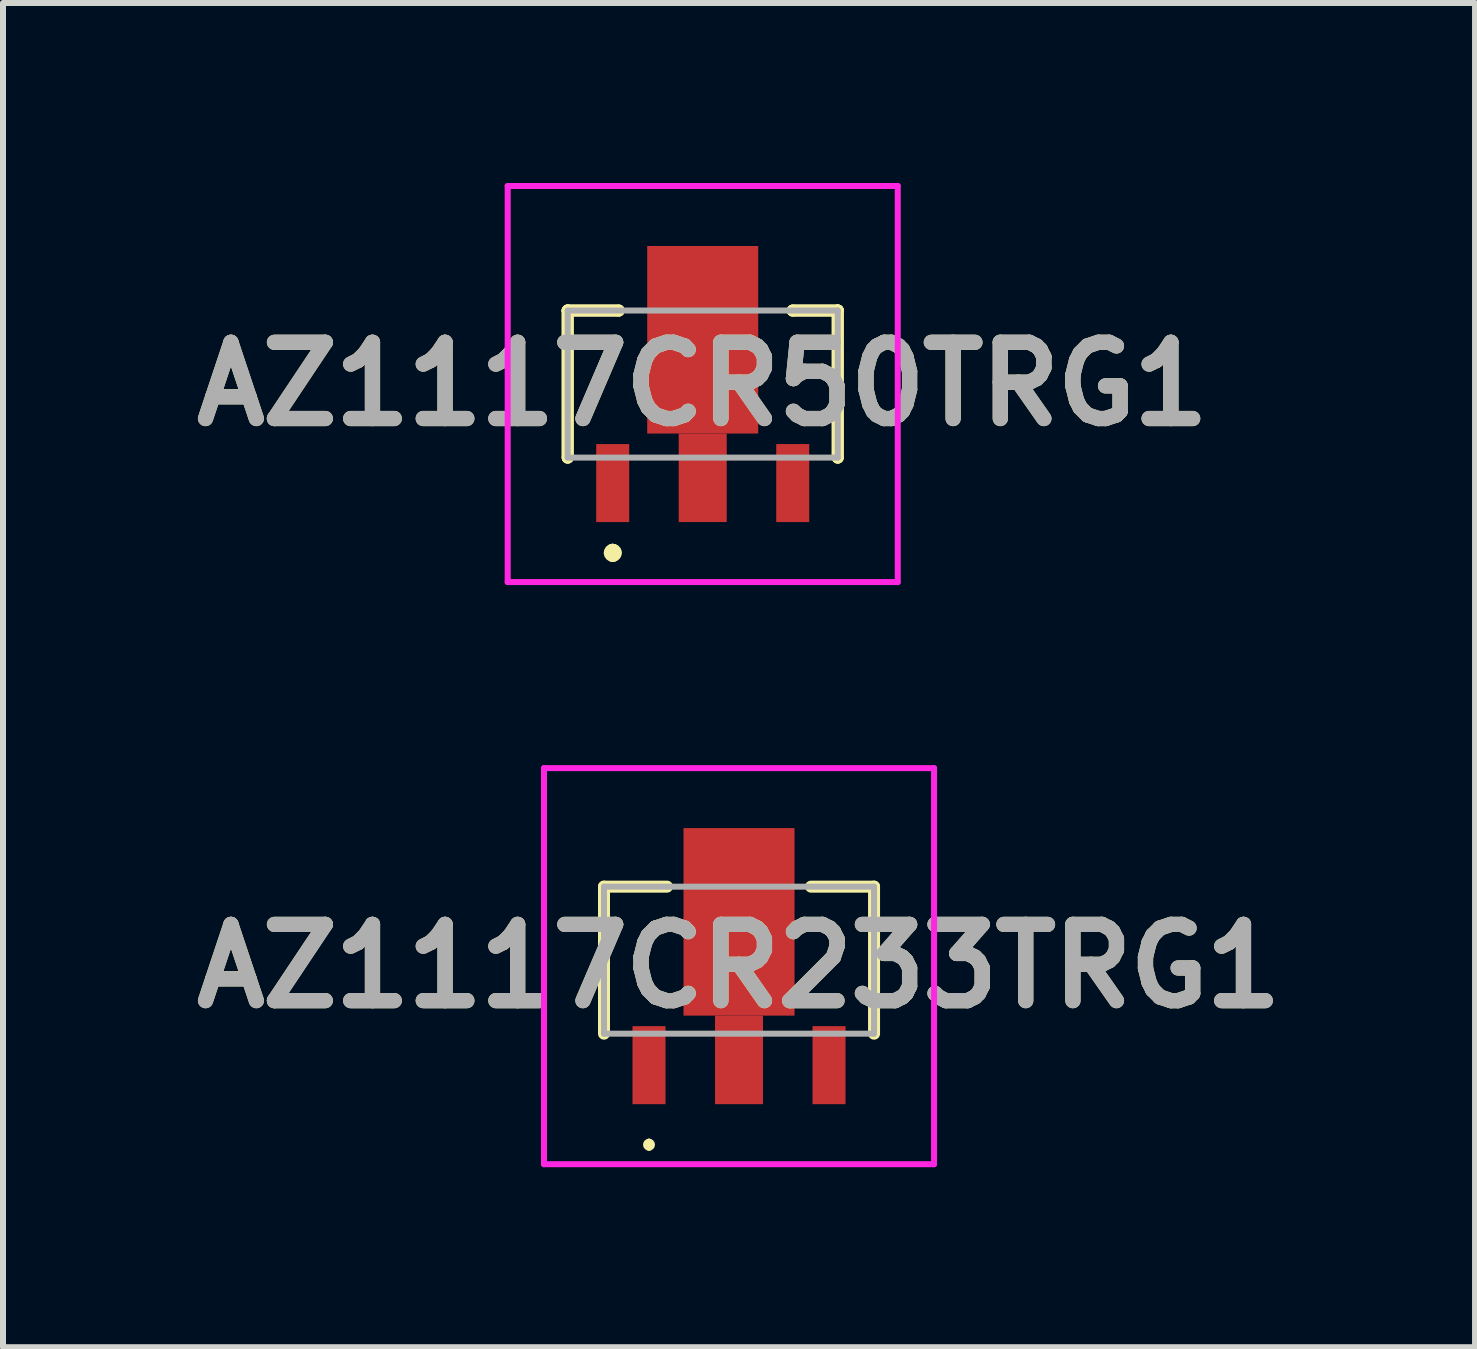
<source format=kicad_pcb>
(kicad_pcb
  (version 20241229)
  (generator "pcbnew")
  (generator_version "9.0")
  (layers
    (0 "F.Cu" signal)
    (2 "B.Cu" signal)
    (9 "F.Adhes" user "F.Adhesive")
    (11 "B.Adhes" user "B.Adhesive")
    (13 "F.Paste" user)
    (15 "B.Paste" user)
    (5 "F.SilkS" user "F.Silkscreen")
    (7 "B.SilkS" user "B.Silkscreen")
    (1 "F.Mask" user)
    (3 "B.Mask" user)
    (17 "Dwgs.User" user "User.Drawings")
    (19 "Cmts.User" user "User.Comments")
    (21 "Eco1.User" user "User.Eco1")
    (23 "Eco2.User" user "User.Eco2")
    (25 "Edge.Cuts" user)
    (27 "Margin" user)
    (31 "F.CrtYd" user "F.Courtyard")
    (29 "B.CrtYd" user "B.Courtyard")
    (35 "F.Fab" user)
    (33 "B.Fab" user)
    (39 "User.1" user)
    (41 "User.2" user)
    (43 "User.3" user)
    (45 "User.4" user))
  (footprint "AZ1117CR233TRG1"
    (layer "F.Cu")
    (at 9.265 12.95)
    (property "Reference" "AZ1117CR233TRG1" (at 0 0.1 0) (layer "F.SilkS") (effects (font (size 1.27 1.27) (thickness 0.254))))
    (attr smd)
    (fp_line (start -2.25 -1.225) (end -2.25 1.225) (stroke (width 0.2) (type solid)) (layer "F.SilkS"))
    (fp_line (start -1.5 3.025) (end -1.5 3.025) (stroke (width 0.1) (type solid)) (layer "F.SilkS"))
    (fp_line (start -1.5 3.125) (end -1.5 3.125) (stroke (width 0.1) (type solid)) (layer "F.SilkS"))
    (fp_line (start -1.2 -1.225) (end -2.25 -1.225) (stroke (width 0.2) (type solid)) (layer "F.SilkS"))
    (fp_line (start 1.2 -1.225) (end 2.25 -1.225) (stroke (width 0.2) (type solid)) (layer "F.SilkS"))
    (fp_line (start 2.25 -1.225) (end 2.25 1.225) (stroke (width 0.2) (type solid)) (layer "F.SilkS"))
    (fp_arc (start -1.5 3.025) (mid -1.45 3.075) (end -1.5 3.125) (stroke (width 0.1) (type solid)) (layer "F.SilkS"))
    (fp_arc (start -1.5 3.125) (mid -1.55 3.075) (end -1.5 3.025) (stroke (width 0.1) (type solid)) (layer "F.SilkS"))
    (fp_line (start -3.25 -3.2) (end 3.25 -3.2) (stroke (width 0.1) (type solid)) (layer "F.CrtYd"))
    (fp_line (start -3.25 3.4) (end -3.25 -3.2) (stroke (width 0.1) (type solid)) (layer "F.CrtYd"))
    (fp_line (start 3.25 -3.2) (end 3.25 3.4) (stroke (width 0.1) (type solid)) (layer "F.CrtYd"))
    (fp_line (start 3.25 3.4) (end -3.25 3.4) (stroke (width 0.1) (type solid)) (layer "F.CrtYd"))
    (fp_line (start -2.25 -1.225) (end 2.25 -1.225) (stroke (width 0.1) (type solid)) (layer "F.Fab"))
    (fp_line (start -2.25 1.225) (end -2.25 -1.225) (stroke (width 0.1) (type solid)) (layer "F.Fab"))
    (fp_line (start 2.25 -1.225) (end 2.25 1.225) (stroke (width 0.1) (type solid)) (layer "F.Fab"))
    (fp_line (start 2.25 1.225) (end -2.25 1.225) (stroke (width 0.1) (type solid)) (layer "F.Fab"))
    (fp_text user "${REFERENCE}" (at 0 0.1 0) (layer "F.Fab") (effects (font (size 1.27 1.27) (thickness 0.254))))
    (pad "1" smd rect (at -1.5 1.75) (size 0.55 1.3) (layers "F.Cu" "F.Mask" "F.Paste"))
    (pad "2" smd rect (at 0 1.662) (size 0.8 1.475) (layers "F.Cu" "F.Mask" "F.Paste"))
    (pad "3" smd rect (at 1.5 1.75) (size 0.55 1.3) (layers "F.Cu" "F.Mask" "F.Paste"))
    (pad "4" smd rect (at 0 -0.638) (size 1.85 3.125) (layers "F.Cu" "F.Mask" "F.Paste")))
  (footprint "AZ1117CR50TRG1"
    (layer "F.Cu")
    (at 8.66 3.35)
    (property "Reference" "AZ1117CR50TRG1" (at 0 0 0) (layer "F.SilkS") (effects (font (size 1.27 1.27) (thickness 0.254))))
    (attr smd)
    (fp_line (start -2.25 -1.225) (end -2.25 -1.225) (stroke (width 0.2) (type solid)) (layer "F.SilkS"))
    (fp_line (start -2.25 -1.225) (end -2.25 -1.225) (stroke (width 0.2) (type solid)) (layer "F.SilkS"))
    (fp_line (start -2.25 -1.225) (end -2.25 1.225) (stroke (width 0.2) (type solid)) (layer "F.SilkS"))
    (fp_line (start -2.25 -1.225) (end -1.4 -1.225) (stroke (width 0.2) (type solid)) (layer "F.SilkS"))
    (fp_line (start -2.25 1.225) (end -2.25 -1.225) (stroke (width 0.2) (type solid)) (layer "F.SilkS"))
    (fp_line (start -2.25 1.225) (end -2.25 1.225) (stroke (width 0.2) (type solid)) (layer "F.SilkS"))
    (fp_line (start -1.5 2.762) (end -1.5 2.762) (stroke (width 0.2) (type solid)) (layer "F.SilkS"))
    (fp_line (start -1.5 2.862) (end -1.5 2.862) (stroke (width 0.2) (type solid)) (layer "F.SilkS"))
    (fp_line (start -1.5 2.862) (end -1.5 2.862) (stroke (width 0.2) (type solid)) (layer "F.SilkS"))
    (fp_line (start -1.4 -1.225) (end -2.25 -1.225) (stroke (width 0.2) (type solid)) (layer "F.SilkS"))
    (fp_line (start -1.4 -1.225) (end -1.4 -1.225) (stroke (width 0.2) (type solid)) (layer "F.SilkS"))
    (fp_line (start 1.5 -1.225) (end 1.5 -1.225) (stroke (width 0.2) (type solid)) (layer "F.SilkS"))
    (fp_line (start 1.5 -1.225) (end 2.25 -1.225) (stroke (width 0.2) (type solid)) (layer "F.SilkS"))
    (fp_line (start 2.25 -1.225) (end 1.5 -1.225) (stroke (width 0.2) (type solid)) (layer "F.SilkS"))
    (fp_line (start 2.25 -1.225) (end 2.25 -1.225) (stroke (width 0.2) (type solid)) (layer "F.SilkS"))
    (fp_line (start 2.25 -1.225) (end 2.25 -1.225) (stroke (width 0.2) (type solid)) (layer "F.SilkS"))
    (fp_line (start 2.25 -1.225) (end 2.25 1.225) (stroke (width 0.2) (type solid)) (layer "F.SilkS"))
    (fp_line (start 2.25 1.225) (end 2.25 -1.225) (stroke (width 0.2) (type solid)) (layer "F.SilkS"))
    (fp_line (start 2.25 1.225) (end 2.25 1.225) (stroke (width 0.2) (type solid)) (layer "F.SilkS"))
    (fp_arc (start -1.5 2.762) (mid -1.45 2.812) (end -1.5 2.862) (stroke (width 0.2) (type solid)) (layer "F.SilkS"))
    (fp_arc (start -1.5 2.762) (mid -1.45 2.812) (end -1.5 2.862) (stroke (width 0.2) (type solid)) (layer "F.SilkS"))
    (fp_arc (start -1.5 2.862) (mid -1.55 2.812) (end -1.5 2.762) (stroke (width 0.2) (type solid)) (layer "F.SilkS"))
    (fp_line (start -3.25 -3.3) (end 3.25 -3.3) (stroke (width 0.1) (type solid)) (layer "F.CrtYd"))
    (fp_line (start -3.25 3.3) (end -3.25 -3.3) (stroke (width 0.1) (type solid)) (layer "F.CrtYd"))
    (fp_line (start 3.25 -3.3) (end 3.25 3.3) (stroke (width 0.1) (type solid)) (layer "F.CrtYd"))
    (fp_line (start 3.25 3.3) (end -3.25 3.3) (stroke (width 0.1) (type solid)) (layer "F.CrtYd"))
    (fp_line (start -2.25 -1.225) (end -2.25 1.225) (stroke (width 0.1) (type solid)) (layer "F.Fab"))
    (fp_line (start -2.25 1.225) (end 2.25 1.225) (stroke (width 0.1) (type solid)) (layer "F.Fab"))
    (fp_line (start 2.25 -1.225) (end -2.25 -1.225) (stroke (width 0.1) (type solid)) (layer "F.Fab"))
    (fp_line (start 2.25 1.225) (end 2.25 -1.225) (stroke (width 0.1) (type solid)) (layer "F.Fab"))
    (fp_text user "${REFERENCE}" (at 0 0 0) (layer "F.Fab") (effects (font (size 1.27 1.27) (thickness 0.254))))
    (pad "1" smd rect (at -1.5 1.65) (size 0.55 1.3) (layers "F.Cu" "F.Mask" "F.Paste"))
    (pad "2" smd rect (at 0 1.562) (size 0.8 1.475) (layers "F.Cu" "F.Mask" "F.Paste"))
    (pad "3" smd rect (at 1.5 1.65) (size 0.55 1.3) (layers "F.Cu" "F.Mask" "F.Paste"))
    (pad "4" smd rect (at 0 -0.738) (size 1.85 3.125) (layers "F.Cu" "F.Mask" "F.Paste")))
  (gr_rect
    (start -3 -3)
    (end 21.53 19.4)
    (stroke (width 0.1) (type default))
    (fill no)
    (layer "Edge.Cuts")))
</source>
